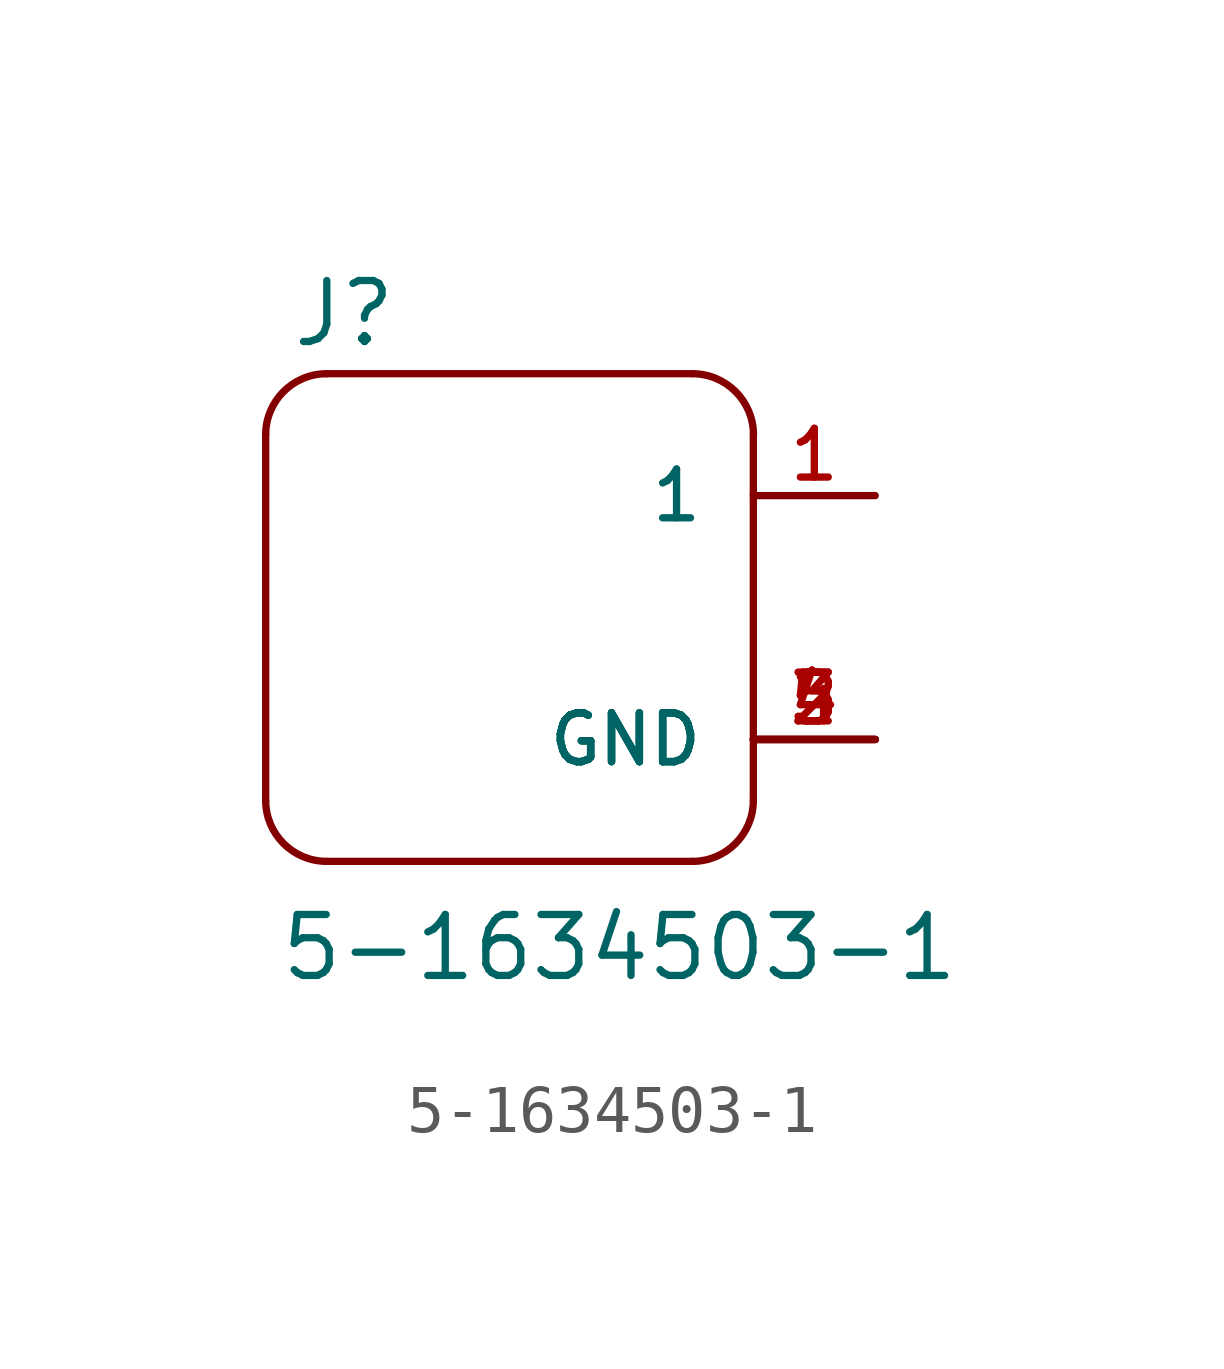
<source format=kicad_sym>
(kicad_symbol_lib
  (version 20211014)
  (generator kicad_symbol_editor)
  (symbol "5-1634503-1"
    (pin_names
      (offset 1.016))
    (property "Reference" "J"
      (at -4.572 5.588 0)
      (effects (font (size 1.27 1.27)) (justify left bottom)))
    (property "Value" "5-1634503-1"
      (at -4.826 -7.62 0)
      (effects (font (size 1.27 1.27)) (justify left bottom)))
    (property "ki_locked" ""
      (at 0 0 0)
      (effects (font (size 1.27 1.27))))
    (symbol "5-1634503-1_0_0"
      (arc (start -5.08 -3.81) (mid -4.708 -4.708) (end -3.81 -5.08) (stroke (width 0.1524) (type default) (color 0 0 0 0)) (fill (type none)))
      (arc (start -3.81 5.08) (mid -4.708 4.708) (end -5.08 3.81) (stroke (width 0.1524) (type default) (color 0 0 0 0)) (fill (type none)))
      (polyline (pts (xy -5.08 3.81) (xy -5.08 -3.81)) (stroke (width 0.152) (type default) (color 0 0 0 0)) (fill (type none)))
      (polyline (pts (xy -3.81 -5.08) (xy 3.81 -5.08)) (stroke (width 0.152) (type default) (color 0 0 0 0)) (fill (type none)))
      (polyline (pts (xy 3.81 5.08) (xy -3.81 5.08)) (stroke (width 0.152) (type default) (color 0 0 0 0)) (fill (type none)))
      (polyline (pts (xy 5.08 -3.81) (xy 5.08 3.81)) (stroke (width 0.152) (type default) (color 0 0 0 0)) (fill (type none)))
      (arc (start 3.81 -5.08) (mid 4.708 -4.708) (end 5.08 -3.81) (stroke (width 0.1524) (type default) (color 0 0 0 0)) (fill (type none)))
      (arc (start 5.08 3.81) (mid 4.708 4.708) (end 3.81 5.08) (stroke (width 0.1524) (type default) (color 0 0 0 0)) (fill (type none)))
      (pin passive line (at 7.62 2.54 180) (length 2.54) (name "1" (effects (font (size 1.016 1.016)))) (number "1" (effects (font (size 1.016 1.016)))))
      (pin power_in line (at 7.62 -2.54 180) (length 2.54) (name "GND" (effects (font (size 1.016 1.016)))) (number "2" (effects (font (size 1.016 1.016)))))
      (pin power_in line (at 7.62 -2.54 180) (length 2.54) (name "GND" (effects (font (size 1.016 1.016)))) (number "3" (effects (font (size 1.016 1.016)))))
      (pin power_in line (at 7.62 -2.54 180) (length 2.54) (name "GND" (effects (font (size 1.016 1.016)))) (number "4" (effects (font (size 1.016 1.016)))))
      (pin power_in line (at 7.62 -2.54 180) (length 2.54) (name "GND" (effects (font (size 1.016 1.016)))) (number "5" (effects (font (size 1.016 1.016))))))))
</source>
